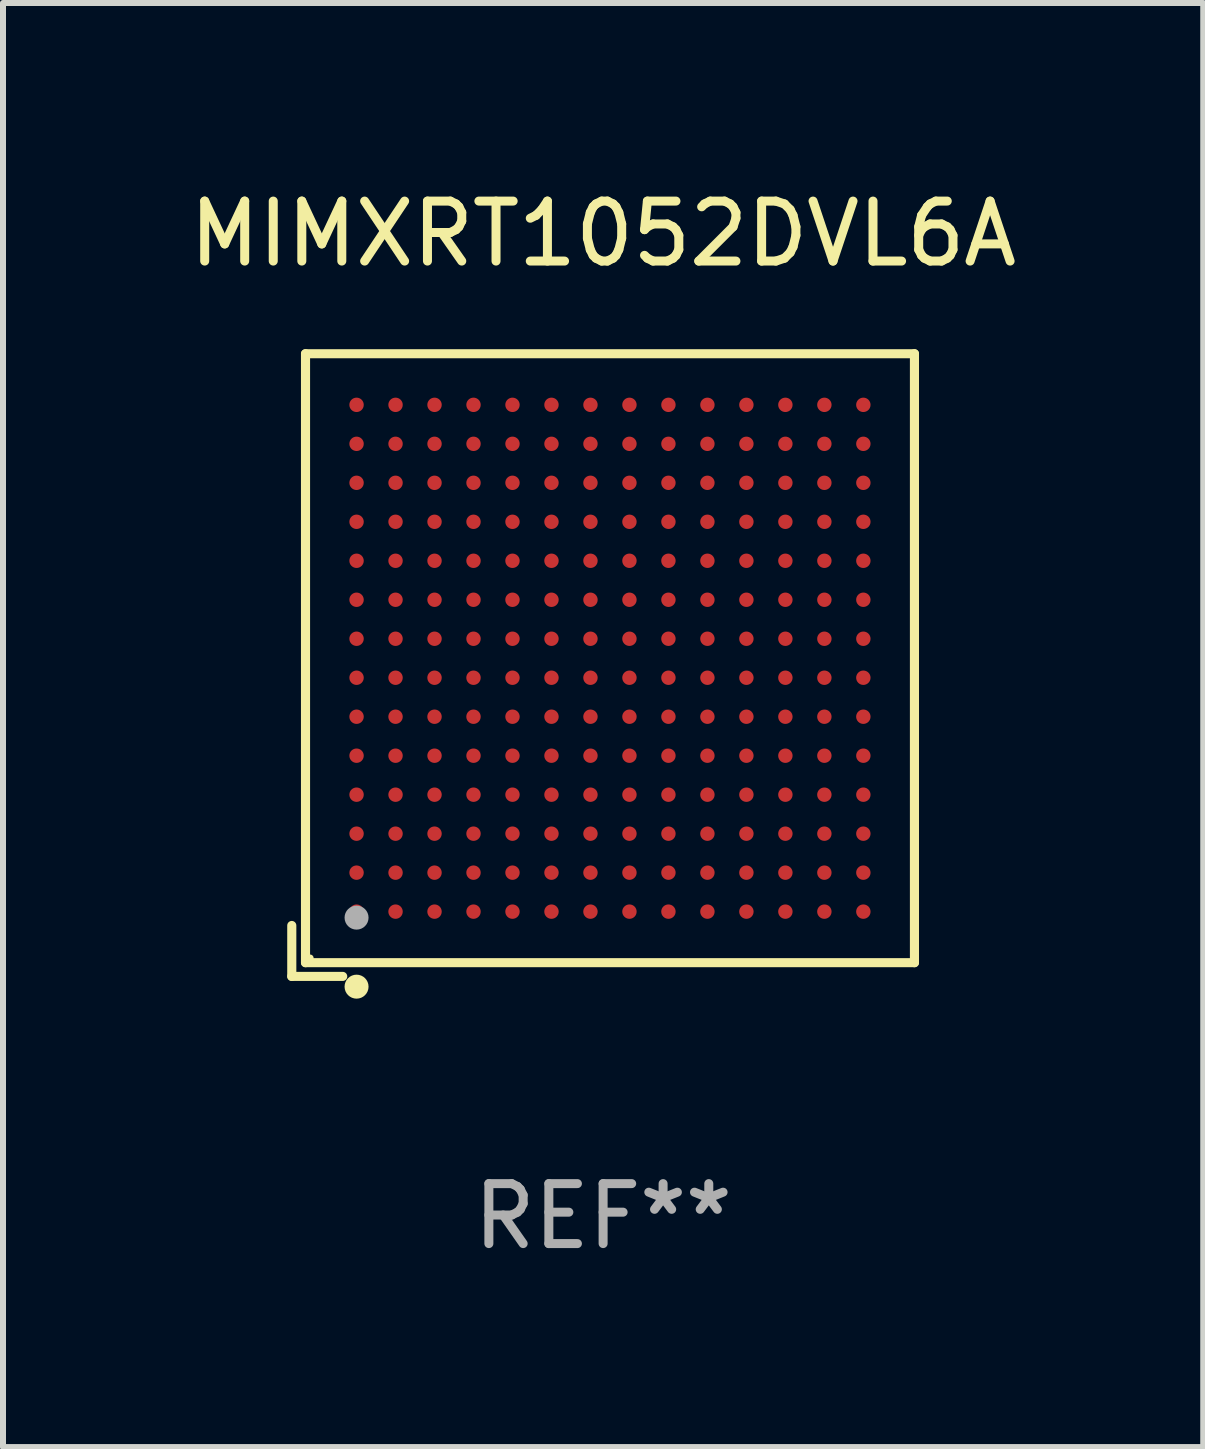
<source format=kicad_pcb>
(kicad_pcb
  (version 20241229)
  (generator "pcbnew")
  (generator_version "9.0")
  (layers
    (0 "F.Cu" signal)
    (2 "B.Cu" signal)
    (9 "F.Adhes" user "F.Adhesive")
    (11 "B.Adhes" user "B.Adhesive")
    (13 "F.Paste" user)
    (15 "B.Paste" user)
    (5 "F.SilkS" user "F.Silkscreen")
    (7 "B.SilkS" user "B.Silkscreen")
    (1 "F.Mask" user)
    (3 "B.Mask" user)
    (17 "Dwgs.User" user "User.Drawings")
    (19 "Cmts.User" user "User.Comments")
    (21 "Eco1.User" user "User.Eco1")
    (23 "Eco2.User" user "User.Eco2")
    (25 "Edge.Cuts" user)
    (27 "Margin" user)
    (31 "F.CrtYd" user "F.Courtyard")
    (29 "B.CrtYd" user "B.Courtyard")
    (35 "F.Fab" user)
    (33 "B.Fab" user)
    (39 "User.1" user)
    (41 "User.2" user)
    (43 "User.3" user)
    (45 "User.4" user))
  (footprint "MIMXRT1052DVL6A"
    (layer "F.Cu")
    (at 7.006 8.039)
    (property "Reference" "MIMXRT1052DVL6A" (at 0 -7.191 0) (layer "F.SilkS") (effects (font (size 1 1) (thickness 0.15))))
    (attr through_hole)
    (fp_line (start -5.191 4.342) (end -5.191 5.191) (stroke (width 0.152) (type solid)) (layer "F.SilkS"))
    (fp_line (start -5.191 5.191) (end -4.342 5.191) (stroke (width 0.152) (type solid)) (layer "F.SilkS"))
    (fp_line (start -4.962 -5.191) (end 5.191 -5.191) (stroke (width 0.152) (type solid)) (layer "F.SilkS"))
    (fp_line (start -4.962 4.962) (end -4.962 -5.191) (stroke (width 0.152) (type solid)) (layer "F.SilkS"))
    (fp_line (start 5.191 -5.191) (end 5.191 4.962) (stroke (width 0.152) (type solid)) (layer "F.SilkS"))
    (fp_line (start 5.191 4.962) (end -4.962 4.962) (stroke (width 0.152) (type solid)) (layer "F.SilkS"))
    (fp_circle (center -4.886 4.886) (end -4.856 4.886) (stroke (width 0.06) (type solid)) (fill no) (layer "F.SilkS"))
    (fp_circle (center -4.111 5.362) (end -4.011 5.362) (stroke (width 0.2) (type solid)) (fill no) (layer "F.SilkS"))
    (fp_circle (center -4.111 4.211) (end -4.011 4.211) (stroke (width 0.2) (type solid)) (fill no) (layer "F.Fab"))
    (fp_text user "REF**" (at 0 9.191 0) (layer "F.Fab") (effects (font (size 1 1) (thickness 0.15))))
    (pad "A1" smd circle (at -4.111 4.111) (size 0.24 0.24) (layers "F.Cu" "F.Mask" "F.Paste"))
    (pad "A2" smd circle (at -4.111 3.461) (size 0.24 0.24) (layers "F.Cu" "F.Mask" "F.Paste"))
    (pad "A3" smd circle (at -4.111 2.811) (size 0.24 0.24) (layers "F.Cu" "F.Mask" "F.Paste"))
    (pad "A4" smd circle (at -4.111 2.161) (size 0.24 0.24) (layers "F.Cu" "F.Mask" "F.Paste"))
    (pad "A5" smd circle (at -4.111 1.511) (size 0.24 0.24) (layers "F.Cu" "F.Mask" "F.Paste"))
    (pad "A6" smd circle (at -4.111 0.861) (size 0.24 0.24) (layers "F.Cu" "F.Mask" "F.Paste"))
    (pad "A7" smd circle (at -4.111 0.211) (size 0.24 0.24) (layers "F.Cu" "F.Mask" "F.Paste"))
    (pad "A8" smd circle (at -4.111 -0.439) (size 0.24 0.24) (layers "F.Cu" "F.Mask" "F.Paste"))
    (pad "A9" smd circle (at -4.111 -1.089) (size 0.24 0.24) (layers "F.Cu" "F.Mask" "F.Paste"))
    (pad "A10" smd circle (at -4.111 -1.739) (size 0.24 0.24) (layers "F.Cu" "F.Mask" "F.Paste"))
    (pad "A11" smd circle (at -4.111 -2.389) (size 0.24 0.24) (layers "F.Cu" "F.Mask" "F.Paste"))
    (pad "A12" smd circle (at -4.111 -3.039) (size 0.24 0.24) (layers "F.Cu" "F.Mask" "F.Paste"))
    (pad "A13" smd circle (at -4.111 -3.689) (size 0.24 0.24) (layers "F.Cu" "F.Mask" "F.Paste"))
    (pad "A14" smd circle (at -4.111 -4.339) (size 0.24 0.24) (layers "F.Cu" "F.Mask" "F.Paste"))
    (pad "B1" smd circle (at -3.461 4.111) (size 0.24 0.24) (layers "F.Cu" "F.Mask" "F.Paste"))
    (pad "B2" smd circle (at -3.461 3.461) (size 0.24 0.24) (layers "F.Cu" "F.Mask" "F.Paste"))
    (pad "B3" smd circle (at -3.461 2.811) (size 0.24 0.24) (layers "F.Cu" "F.Mask" "F.Paste"))
    (pad "B4" smd circle (at -3.461 2.161) (size 0.24 0.24) (layers "F.Cu" "F.Mask" "F.Paste"))
    (pad "B5" smd circle (at -3.461 1.511) (size 0.24 0.24) (layers "F.Cu" "F.Mask" "F.Paste"))
    (pad "B6" smd circle (at -3.461 0.861) (size 0.24 0.24) (layers "F.Cu" "F.Mask" "F.Paste"))
    (pad "B7" smd circle (at -3.461 0.211) (size 0.24 0.24) (layers "F.Cu" "F.Mask" "F.Paste"))
    (pad "B8" smd circle (at -3.461 -0.439) (size 0.24 0.24) (layers "F.Cu" "F.Mask" "F.Paste"))
    (pad "B9" smd circle (at -3.461 -1.089) (size 0.24 0.24) (layers "F.Cu" "F.Mask" "F.Paste"))
    (pad "B10" smd circle (at -3.461 -1.739) (size 0.24 0.24) (layers "F.Cu" "F.Mask" "F.Paste"))
    (pad "B11" smd circle (at -3.461 -2.389) (size 0.24 0.24) (layers "F.Cu" "F.Mask" "F.Paste"))
    (pad "B12" smd circle (at -3.461 -3.039) (size 0.24 0.24) (layers "F.Cu" "F.Mask" "F.Paste"))
    (pad "B13" smd circle (at -3.461 -3.689) (size 0.24 0.24) (layers "F.Cu" "F.Mask" "F.Paste"))
    (pad "B14" smd circle (at -3.461 -4.339) (size 0.24 0.24) (layers "F.Cu" "F.Mask" "F.Paste"))
    (pad "C1" smd circle (at -2.811 4.111) (size 0.24 0.24) (layers "F.Cu" "F.Mask" "F.Paste"))
    (pad "C2" smd circle (at -2.811 3.461) (size 0.24 0.24) (layers "F.Cu" "F.Mask" "F.Paste"))
    (pad "C3" smd circle (at -2.811 2.811) (size 0.24 0.24) (layers "F.Cu" "F.Mask" "F.Paste"))
    (pad "C4" smd circle (at -2.811 2.161) (size 0.24 0.24) (layers "F.Cu" "F.Mask" "F.Paste"))
    (pad "C5" smd circle (at -2.811 1.511) (size 0.24 0.24) (layers "F.Cu" "F.Mask" "F.Paste"))
    (pad "C6" smd circle (at -2.811 0.861) (size 0.24 0.24) (layers "F.Cu" "F.Mask" "F.Paste"))
    (pad "C7" smd circle (at -2.811 0.211) (size 0.24 0.24) (layers "F.Cu" "F.Mask" "F.Paste"))
    (pad "C8" smd circle (at -2.811 -0.439) (size 0.24 0.24) (layers "F.Cu" "F.Mask" "F.Paste"))
    (pad "C9" smd circle (at -2.811 -1.089) (size 0.24 0.24) (layers "F.Cu" "F.Mask" "F.Paste"))
    (pad "C10" smd circle (at -2.811 -1.739) (size 0.24 0.24) (layers "F.Cu" "F.Mask" "F.Paste"))
    (pad "C11" smd circle (at -2.811 -2.389) (size 0.24 0.24) (layers "F.Cu" "F.Mask" "F.Paste"))
    (pad "C12" smd circle (at -2.811 -3.039) (size 0.24 0.24) (layers "F.Cu" "F.Mask" "F.Paste"))
    (pad "C13" smd circle (at -2.811 -3.689) (size 0.24 0.24) (layers "F.Cu" "F.Mask" "F.Paste"))
    (pad "C14" smd circle (at -2.811 -4.339) (size 0.24 0.24) (layers "F.Cu" "F.Mask" "F.Paste"))
    (pad "D1" smd circle (at -2.161 4.111) (size 0.24 0.24) (layers "F.Cu" "F.Mask" "F.Paste"))
    (pad "D2" smd circle (at -2.161 3.461) (size 0.24 0.24) (layers "F.Cu" "F.Mask" "F.Paste"))
    (pad "D3" smd circle (at -2.161 2.811) (size 0.24 0.24) (layers "F.Cu" "F.Mask" "F.Paste"))
    (pad "D4" smd circle (at -2.161 2.161) (size 0.24 0.24) (layers "F.Cu" "F.Mask" "F.Paste"))
    (pad "D5" smd circle (at -2.161 1.511) (size 0.24 0.24) (layers "F.Cu" "F.Mask" "F.Paste"))
    (pad "D6" smd circle (at -2.161 0.861) (size 0.24 0.24) (layers "F.Cu" "F.Mask" "F.Paste"))
    (pad "D7" smd circle (at -2.161 0.211) (size 0.24 0.24) (layers "F.Cu" "F.Mask" "F.Paste"))
    (pad "D8" smd circle (at -2.161 -0.439) (size 0.24 0.24) (layers "F.Cu" "F.Mask" "F.Paste"))
    (pad "D9" smd circle (at -2.161 -1.089) (size 0.24 0.24) (layers "F.Cu" "F.Mask" "F.Paste"))
    (pad "D10" smd circle (at -2.161 -1.739) (size 0.24 0.24) (layers "F.Cu" "F.Mask" "F.Paste"))
    (pad "D11" smd circle (at -2.161 -2.389) (size 0.24 0.24) (layers "F.Cu" "F.Mask" "F.Paste"))
    (pad "D12" smd circle (at -2.161 -3.039) (size 0.24 0.24) (layers "F.Cu" "F.Mask" "F.Paste"))
    (pad "D13" smd circle (at -2.161 -3.689) (size 0.24 0.24) (layers "F.Cu" "F.Mask" "F.Paste"))
    (pad "D14" smd circle (at -2.161 -4.339) (size 0.24 0.24) (layers "F.Cu" "F.Mask" "F.Paste"))
    (pad "E1" smd circle (at -1.511 4.111) (size 0.24 0.24) (layers "F.Cu" "F.Mask" "F.Paste"))
    (pad "E2" smd circle (at -1.511 3.461) (size 0.24 0.24) (layers "F.Cu" "F.Mask" "F.Paste"))
    (pad "E3" smd circle (at -1.511 2.811) (size 0.24 0.24) (layers "F.Cu" "F.Mask" "F.Paste"))
    (pad "E4" smd circle (at -1.511 2.161) (size 0.24 0.24) (layers "F.Cu" "F.Mask" "F.Paste"))
    (pad "E5" smd circle (at -1.511 1.511) (size 0.24 0.24) (layers "F.Cu" "F.Mask" "F.Paste"))
    (pad "E6" smd circle (at -1.511 0.861) (size 0.24 0.24) (layers "F.Cu" "F.Mask" "F.Paste"))
    (pad "E7" smd circle (at -1.511 0.211) (size 0.24 0.24) (layers "F.Cu" "F.Mask" "F.Paste"))
    (pad "E8" smd circle (at -1.511 -0.439) (size 0.24 0.24) (layers "F.Cu" "F.Mask" "F.Paste"))
    (pad "E9" smd circle (at -1.511 -1.089) (size 0.24 0.24) (layers "F.Cu" "F.Mask" "F.Paste"))
    (pad "E10" smd circle (at -1.511 -1.739) (size 0.24 0.24) (layers "F.Cu" "F.Mask" "F.Paste"))
    (pad "E11" smd circle (at -1.511 -2.389) (size 0.24 0.24) (layers "F.Cu" "F.Mask" "F.Paste"))
    (pad "E12" smd circle (at -1.511 -3.039) (size 0.24 0.24) (layers "F.Cu" "F.Mask" "F.Paste"))
    (pad "E13" smd circle (at -1.511 -3.689) (size 0.24 0.24) (layers "F.Cu" "F.Mask" "F.Paste"))
    (pad "E14" smd circle (at -1.511 -4.339) (size 0.24 0.24) (layers "F.Cu" "F.Mask" "F.Paste"))
    (pad "F1" smd circle (at -0.861 4.111) (size 0.24 0.24) (layers "F.Cu" "F.Mask" "F.Paste"))
    (pad "F2" smd circle (at -0.861 3.461) (size 0.24 0.24) (layers "F.Cu" "F.Mask" "F.Paste"))
    (pad "F3" smd circle (at -0.861 2.811) (size 0.24 0.24) (layers "F.Cu" "F.Mask" "F.Paste"))
    (pad "F4" smd circle (at -0.861 2.161) (size 0.24 0.24) (layers "F.Cu" "F.Mask" "F.Paste"))
    (pad "F5" smd circle (at -0.861 1.511) (size 0.24 0.24) (layers "F.Cu" "F.Mask" "F.Paste"))
    (pad "F6" smd circle (at -0.861 0.861) (size 0.24 0.24) (layers "F.Cu" "F.Mask" "F.Paste"))
    (pad "F7" smd circle (at -0.861 0.211) (size 0.24 0.24) (layers "F.Cu" "F.Mask" "F.Paste"))
    (pad "F8" smd circle (at -0.861 -0.439) (size 0.24 0.24) (layers "F.Cu" "F.Mask" "F.Paste"))
    (pad "F9" smd circle (at -0.861 -1.089) (size 0.24 0.24) (layers "F.Cu" "F.Mask" "F.Paste"))
    (pad "F10" smd circle (at -0.861 -1.739) (size 0.24 0.24) (layers "F.Cu" "F.Mask" "F.Paste"))
    (pad "F11" smd circle (at -0.861 -2.389) (size 0.24 0.24) (layers "F.Cu" "F.Mask" "F.Paste"))
    (pad "F12" smd circle (at -0.861 -3.039) (size 0.24 0.24) (layers "F.Cu" "F.Mask" "F.Paste"))
    (pad "F13" smd circle (at -0.861 -3.689) (size 0.24 0.24) (layers "F.Cu" "F.Mask" "F.Paste"))
    (pad "F14" smd circle (at -0.861 -4.339) (size 0.24 0.24) (layers "F.Cu" "F.Mask" "F.Paste"))
    (pad "G1" smd circle (at -0.211 4.111) (size 0.24 0.24) (layers "F.Cu" "F.Mask" "F.Paste"))
    (pad "G2" smd circle (at -0.211 3.461) (size 0.24 0.24) (layers "F.Cu" "F.Mask" "F.Paste"))
    (pad "G3" smd circle (at -0.211 2.811) (size 0.24 0.24) (layers "F.Cu" "F.Mask" "F.Paste"))
    (pad "G4" smd circle (at -0.211 2.161) (size 0.24 0.24) (layers "F.Cu" "F.Mask" "F.Paste"))
    (pad "G5" smd circle (at -0.211 1.511) (size 0.24 0.24) (layers "F.Cu" "F.Mask" "F.Paste"))
    (pad "G6" smd circle (at -0.211 0.861) (size 0.24 0.24) (layers "F.Cu" "F.Mask" "F.Paste"))
    (pad "G7" smd circle (at -0.211 0.211) (size 0.24 0.24) (layers "F.Cu" "F.Mask" "F.Paste"))
    (pad "G8" smd circle (at -0.211 -0.439) (size 0.24 0.24) (layers "F.Cu" "F.Mask" "F.Paste"))
    (pad "G9" smd circle (at -0.211 -1.089) (size 0.24 0.24) (layers "F.Cu" "F.Mask" "F.Paste"))
    (pad "G10" smd circle (at -0.211 -1.739) (size 0.24 0.24) (layers "F.Cu" "F.Mask" "F.Paste"))
    (pad "G11" smd circle (at -0.211 -2.389) (size 0.24 0.24) (layers "F.Cu" "F.Mask" "F.Paste"))
    (pad "G12" smd circle (at -0.211 -3.039) (size 0.24 0.24) (layers "F.Cu" "F.Mask" "F.Paste"))
    (pad "G13" smd circle (at -0.211 -3.689) (size 0.24 0.24) (layers "F.Cu" "F.Mask" "F.Paste"))
    (pad "G14" smd circle (at -0.211 -4.339) (size 0.24 0.24) (layers "F.Cu" "F.Mask" "F.Paste"))
    (pad "H1" smd circle (at 0.439 4.111) (size 0.24 0.24) (layers "F.Cu" "F.Mask" "F.Paste"))
    (pad "H2" smd circle (at 0.439 3.461) (size 0.24 0.24) (layers "F.Cu" "F.Mask" "F.Paste"))
    (pad "H3" smd circle (at 0.439 2.811) (size 0.24 0.24) (layers "F.Cu" "F.Mask" "F.Paste"))
    (pad "H4" smd circle (at 0.439 2.161) (size 0.24 0.24) (layers "F.Cu" "F.Mask" "F.Paste"))
    (pad "H5" smd circle (at 0.439 1.511) (size 0.24 0.24) (layers "F.Cu" "F.Mask" "F.Paste"))
    (pad "H6" smd circle (at 0.439 0.861) (size 0.24 0.24) (layers "F.Cu" "F.Mask" "F.Paste"))
    (pad "H7" smd circle (at 0.439 0.211) (size 0.24 0.24) (layers "F.Cu" "F.Mask" "F.Paste"))
    (pad "H8" smd circle (at 0.439 -0.439) (size 0.24 0.24) (layers "F.Cu" "F.Mask" "F.Paste"))
    (pad "H9" smd circle (at 0.439 -1.089) (size 0.24 0.24) (layers "F.Cu" "F.Mask" "F.Paste"))
    (pad "H10" smd circle (at 0.439 -1.739) (size 0.24 0.24) (layers "F.Cu" "F.Mask" "F.Paste"))
    (pad "H11" smd circle (at 0.439 -2.389) (size 0.24 0.24) (layers "F.Cu" "F.Mask" "F.Paste"))
    (pad "H12" smd circle (at 0.439 -3.039) (size 0.24 0.24) (layers "F.Cu" "F.Mask" "F.Paste"))
    (pad "H13" smd circle (at 0.439 -3.689) (size 0.24 0.24) (layers "F.Cu" "F.Mask" "F.Paste"))
    (pad "H14" smd circle (at 0.439 -4.339) (size 0.24 0.24) (layers "F.Cu" "F.Mask" "F.Paste"))
    (pad "J1" smd circle (at 1.089 4.111) (size 0.24 0.24) (layers "F.Cu" "F.Mask" "F.Paste"))
    (pad "J2" smd circle (at 1.089 3.461) (size 0.24 0.24) (layers "F.Cu" "F.Mask" "F.Paste"))
    (pad "J3" smd circle (at 1.089 2.811) (size 0.24 0.24) (layers "F.Cu" "F.Mask" "F.Paste"))
    (pad "J4" smd circle (at 1.089 2.161) (size 0.24 0.24) (layers "F.Cu" "F.Mask" "F.Paste"))
    (pad "J5" smd circle (at 1.089 1.511) (size 0.24 0.24) (layers "F.Cu" "F.Mask" "F.Paste"))
    (pad "J6" smd circle (at 1.089 0.861) (size 0.24 0.24) (layers "F.Cu" "F.Mask" "F.Paste"))
    (pad "J7" smd circle (at 1.089 0.211) (size 0.24 0.24) (layers "F.Cu" "F.Mask" "F.Paste"))
    (pad "J8" smd circle (at 1.089 -0.439) (size 0.24 0.24) (layers "F.Cu" "F.Mask" "F.Paste"))
    (pad "J9" smd circle (at 1.089 -1.089) (size 0.24 0.24) (layers "F.Cu" "F.Mask" "F.Paste"))
    (pad "J10" smd circle (at 1.089 -1.739) (size 0.24 0.24) (layers "F.Cu" "F.Mask" "F.Paste"))
    (pad "J11" smd circle (at 1.089 -2.389) (size 0.24 0.24) (layers "F.Cu" "F.Mask" "F.Paste"))
    (pad "J12" smd circle (at 1.089 -3.039) (size 0.24 0.24) (layers "F.Cu" "F.Mask" "F.Paste"))
    (pad "J13" smd circle (at 1.089 -3.689) (size 0.24 0.24) (layers "F.Cu" "F.Mask" "F.Paste"))
    (pad "J14" smd circle (at 1.089 -4.339) (size 0.24 0.24) (layers "F.Cu" "F.Mask" "F.Paste"))
    (pad "K1" smd circle (at 1.739 4.111) (size 0.24 0.24) (layers "F.Cu" "F.Mask" "F.Paste"))
    (pad "K2" smd circle (at 1.739 3.461) (size 0.24 0.24) (layers "F.Cu" "F.Mask" "F.Paste"))
    (pad "K3" smd circle (at 1.739 2.811) (size 0.24 0.24) (layers "F.Cu" "F.Mask" "F.Paste"))
    (pad "K4" smd circle (at 1.739 2.161) (size 0.24 0.24) (layers "F.Cu" "F.Mask" "F.Paste"))
    (pad "K5" smd circle (at 1.739 1.511) (size 0.24 0.24) (layers "F.Cu" "F.Mask" "F.Paste"))
    (pad "K6" smd circle (at 1.739 0.861) (size 0.24 0.24) (layers "F.Cu" "F.Mask" "F.Paste"))
    (pad "K7" smd circle (at 1.739 0.211) (size 0.24 0.24) (layers "F.Cu" "F.Mask" "F.Paste"))
    (pad "K8" smd circle (at 1.739 -0.439) (size 0.24 0.24) (layers "F.Cu" "F.Mask" "F.Paste"))
    (pad "K9" smd circle (at 1.739 -1.089) (size 0.24 0.24) (layers "F.Cu" "F.Mask" "F.Paste"))
    (pad "K10" smd circle (at 1.739 -1.739) (size 0.24 0.24) (layers "F.Cu" "F.Mask" "F.Paste"))
    (pad "K11" smd circle (at 1.739 -2.389) (size 0.24 0.24) (layers "F.Cu" "F.Mask" "F.Paste"))
    (pad "K12" smd circle (at 1.739 -3.039) (size 0.24 0.24) (layers "F.Cu" "F.Mask" "F.Paste"))
    (pad "K13" smd circle (at 1.739 -3.689) (size 0.24 0.24) (layers "F.Cu" "F.Mask" "F.Paste"))
    (pad "K14" smd circle (at 1.739 -4.339) (size 0.24 0.24) (layers "F.Cu" "F.Mask" "F.Paste"))
    (pad "L1" smd circle (at 2.389 4.111) (size 0.24 0.24) (layers "F.Cu" "F.Mask" "F.Paste"))
    (pad "L2" smd circle (at 2.389 3.461) (size 0.24 0.24) (layers "F.Cu" "F.Mask" "F.Paste"))
    (pad "L3" smd circle (at 2.389 2.811) (size 0.24 0.24) (layers "F.Cu" "F.Mask" "F.Paste"))
    (pad "L4" smd circle (at 2.389 2.161) (size 0.24 0.24) (layers "F.Cu" "F.Mask" "F.Paste"))
    (pad "L5" smd circle (at 2.389 1.511) (size 0.24 0.24) (layers "F.Cu" "F.Mask" "F.Paste"))
    (pad "L6" smd circle (at 2.389 0.861) (size 0.24 0.24) (layers "F.Cu" "F.Mask" "F.Paste"))
    (pad "L7" smd circle (at 2.389 0.211) (size 0.24 0.24) (layers "F.Cu" "F.Mask" "F.Paste"))
    (pad "L8" smd circle (at 2.389 -0.439) (size 0.24 0.24) (layers "F.Cu" "F.Mask" "F.Paste"))
    (pad "L9" smd circle (at 2.389 -1.089) (size 0.24 0.24) (layers "F.Cu" "F.Mask" "F.Paste"))
    (pad "L10" smd circle (at 2.389 -1.739) (size 0.24 0.24) (layers "F.Cu" "F.Mask" "F.Paste"))
    (pad "L11" smd circle (at 2.389 -2.389) (size 0.24 0.24) (layers "F.Cu" "F.Mask" "F.Paste"))
    (pad "L12" smd circle (at 2.389 -3.039) (size 0.24 0.24) (layers "F.Cu" "F.Mask" "F.Paste"))
    (pad "L13" smd circle (at 2.389 -3.689) (size 0.24 0.24) (layers "F.Cu" "F.Mask" "F.Paste"))
    (pad "L14" smd circle (at 2.389 -4.339) (size 0.24 0.24) (layers "F.Cu" "F.Mask" "F.Paste"))
    (pad "M1" smd circle (at 3.039 4.111) (size 0.24 0.24) (layers "F.Cu" "F.Mask" "F.Paste"))
    (pad "M2" smd circle (at 3.039 3.461) (size 0.24 0.24) (layers "F.Cu" "F.Mask" "F.Paste"))
    (pad "M3" smd circle (at 3.039 2.811) (size 0.24 0.24) (layers "F.Cu" "F.Mask" "F.Paste"))
    (pad "M4" smd circle (at 3.039 2.161) (size 0.24 0.24) (layers "F.Cu" "F.Mask" "F.Paste"))
    (pad "M5" smd circle (at 3.039 1.511) (size 0.24 0.24) (layers "F.Cu" "F.Mask" "F.Paste"))
    (pad "M6" smd circle (at 3.039 0.861) (size 0.24 0.24) (layers "F.Cu" "F.Mask" "F.Paste"))
    (pad "M7" smd circle (at 3.039 0.211) (size 0.24 0.24) (layers "F.Cu" "F.Mask" "F.Paste"))
    (pad "M8" smd circle (at 3.039 -0.439) (size 0.24 0.24) (layers "F.Cu" "F.Mask" "F.Paste"))
    (pad "M9" smd circle (at 3.039 -1.089) (size 0.24 0.24) (layers "F.Cu" "F.Mask" "F.Paste"))
    (pad "M10" smd circle (at 3.039 -1.739) (size 0.24 0.24) (layers "F.Cu" "F.Mask" "F.Paste"))
    (pad "M11" smd circle (at 3.039 -2.389) (size 0.24 0.24) (layers "F.Cu" "F.Mask" "F.Paste"))
    (pad "M12" smd circle (at 3.039 -3.039) (size 0.24 0.24) (layers "F.Cu" "F.Mask" "F.Paste"))
    (pad "M13" smd circle (at 3.039 -3.689) (size 0.24 0.24) (layers "F.Cu" "F.Mask" "F.Paste"))
    (pad "M14" smd circle (at 3.039 -4.339) (size 0.24 0.24) (layers "F.Cu" "F.Mask" "F.Paste"))
    (pad "N1" smd circle (at 3.689 4.111) (size 0.24 0.24) (layers "F.Cu" "F.Mask" "F.Paste"))
    (pad "N2" smd circle (at 3.689 3.461) (size 0.24 0.24) (layers "F.Cu" "F.Mask" "F.Paste"))
    (pad "N3" smd circle (at 3.689 2.811) (size 0.24 0.24) (layers "F.Cu" "F.Mask" "F.Paste"))
    (pad "N4" smd circle (at 3.689 2.161) (size 0.24 0.24) (layers "F.Cu" "F.Mask" "F.Paste"))
    (pad "N5" smd circle (at 3.689 1.511) (size 0.24 0.24) (layers "F.Cu" "F.Mask" "F.Paste"))
    (pad "N6" smd circle (at 3.689 0.861) (size 0.24 0.24) (layers "F.Cu" "F.Mask" "F.Paste"))
    (pad "N7" smd circle (at 3.689 0.211) (size 0.24 0.24) (layers "F.Cu" "F.Mask" "F.Paste"))
    (pad "N8" smd circle (at 3.689 -0.439) (size 0.24 0.24) (layers "F.Cu" "F.Mask" "F.Paste"))
    (pad "N9" smd circle (at 3.689 -1.089) (size 0.24 0.24) (layers "F.Cu" "F.Mask" "F.Paste"))
    (pad "N10" smd circle (at 3.689 -1.739) (size 0.24 0.24) (layers "F.Cu" "F.Mask" "F.Paste"))
    (pad "N11" smd circle (at 3.689 -2.389) (size 0.24 0.24) (layers "F.Cu" "F.Mask" "F.Paste"))
    (pad "N12" smd circle (at 3.689 -3.039) (size 0.24 0.24) (layers "F.Cu" "F.Mask" "F.Paste"))
    (pad "N13" smd circle (at 3.689 -3.689) (size 0.24 0.24) (layers "F.Cu" "F.Mask" "F.Paste"))
    (pad "N14" smd circle (at 3.689 -4.339) (size 0.24 0.24) (layers "F.Cu" "F.Mask" "F.Paste"))
    (pad "P1" smd circle (at 4.339 4.111) (size 0.24 0.24) (layers "F.Cu" "F.Mask" "F.Paste"))
    (pad "P2" smd circle (at 4.339 3.461) (size 0.24 0.24) (layers "F.Cu" "F.Mask" "F.Paste"))
    (pad "P3" smd circle (at 4.339 2.811) (size 0.24 0.24) (layers "F.Cu" "F.Mask" "F.Paste"))
    (pad "P4" smd circle (at 4.339 2.161) (size 0.24 0.24) (layers "F.Cu" "F.Mask" "F.Paste"))
    (pad "P5" smd circle (at 4.339 1.511) (size 0.24 0.24) (layers "F.Cu" "F.Mask" "F.Paste"))
    (pad "P6" smd circle (at 4.339 0.861) (size 0.24 0.24) (layers "F.Cu" "F.Mask" "F.Paste"))
    (pad "P7" smd circle (at 4.339 0.211) (size 0.24 0.24) (layers "F.Cu" "F.Mask" "F.Paste"))
    (pad "P8" smd circle (at 4.339 -0.439) (size 0.24 0.24) (layers "F.Cu" "F.Mask" "F.Paste"))
    (pad "P9" smd circle (at 4.339 -1.089) (size 0.24 0.24) (layers "F.Cu" "F.Mask" "F.Paste"))
    (pad "P10" smd circle (at 4.339 -1.739) (size 0.24 0.24) (layers "F.Cu" "F.Mask" "F.Paste"))
    (pad "P11" smd circle (at 4.339 -2.389) (size 0.24 0.24) (layers "F.Cu" "F.Mask" "F.Paste"))
    (pad "P12" smd circle (at 4.339 -3.039) (size 0.24 0.24) (layers "F.Cu" "F.Mask" "F.Paste"))
    (pad "P13" smd circle (at 4.339 -3.689) (size 0.24 0.24) (layers "F.Cu" "F.Mask" "F.Paste"))
    (pad "P14" smd circle (at 4.339 -4.339) (size 0.24 0.24) (layers "F.Cu" "F.Mask" "F.Paste")))
  (gr_rect
    (start -3 -3)
    (end 17.012 21.078)
    (stroke (width 0.1) (type default))
    (fill no)
    (layer "Edge.Cuts")))
</source>
